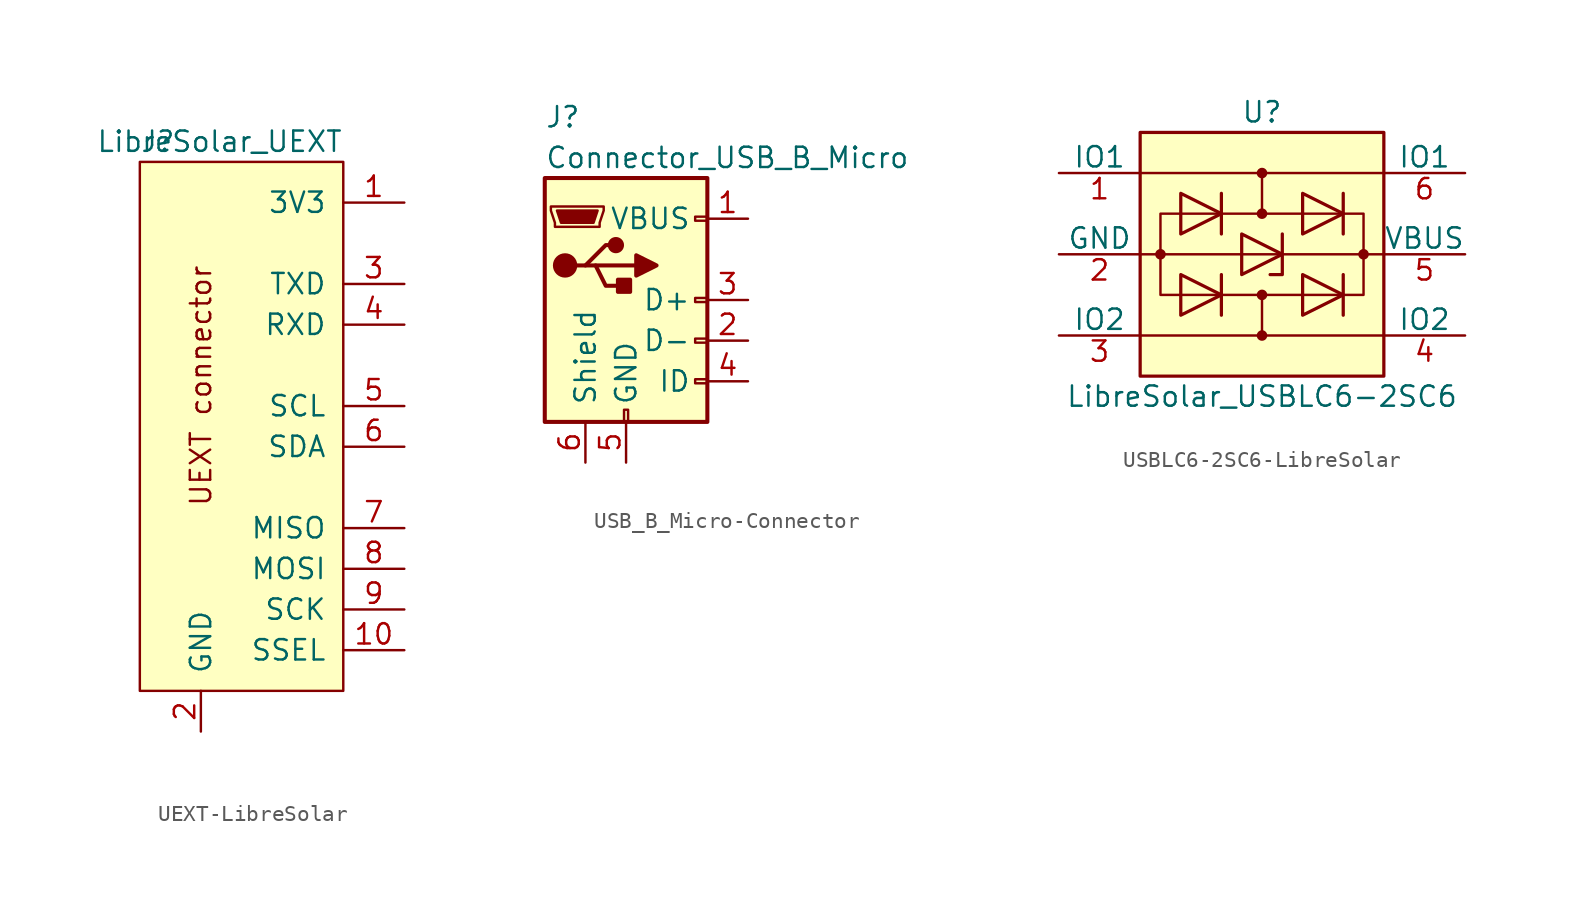
<source format=kicad_sym>
(kicad_symbol_lib
  (version 20241209)
  (generator "kicad_symbol_editor")
  (generator_version "9.0")
  (symbol "UEXT-LibreSolar"
    (pin_names
      (offset 1.016))
    (property "Reference" "J"
      (at -6.35 19.05 0)
      (effects (font (size 1.27 1.27)) (justify left)))
    (property "Value" "LibreSolar_UEXT"
      (at 6.35 19.05 0)
      (effects (font (size 1.27 1.27)) (justify right)))
    (property "Datasheet" ""
      (at 0 -2.54 0)
      (effects (font (size 1.524 1.524))))
    (symbol "UEXT-LibreSolar_0_0"
      (text "UEXT connector" (at -2.54 3.81 900) (effects (font (size 1.27 1.27))))
      (pin passive line (at 10.16 7.62 180) (length 3.81) (name "RXD" (effects (font (size 1.27 1.27)))) (number "4" (effects (font (size 1.27 1.27))))))
    (symbol "UEXT-LibreSolar_0_1"
      (rectangle (start -6.35 17.78) (end 6.35 -15.24) (stroke (width 0) (type solid)) (fill (type background))))
    (symbol "UEXT-LibreSolar_1_1"
      (pin passive line (at -2.54 -17.78 90) (length 2.54) (name "GND" (effects (font (size 1.27 1.27)))) (number "2" (effects (font (size 1.27 1.27)))))
      (pin passive line (at 10.16 15.24 180) (length 3.81) (name "3V3" (effects (font (size 1.27 1.27)))) (number "1" (effects (font (size 1.27 1.27)))))
      (pin passive line (at 10.16 10.16 180) (length 3.81) (name "TXD" (effects (font (size 1.27 1.27)))) (number "3" (effects (font (size 1.27 1.27)))))
      (pin passive line (at 10.16 2.54 180) (length 3.81) (name "SCL" (effects (font (size 1.27 1.27)))) (number "5" (effects (font (size 1.27 1.27)))))
      (pin passive line (at 10.16 0 180) (length 3.81) (name "SDA" (effects (font (size 1.27 1.27)))) (number "6" (effects (font (size 1.27 1.27)))))
      (pin passive line (at 10.16 -5.08 180) (length 3.81) (name "MISO" (effects (font (size 1.27 1.27)))) (number "7" (effects (font (size 1.27 1.27)))))
      (pin passive line (at 10.16 -7.62 180) (length 3.81) (name "MOSI" (effects (font (size 1.27 1.27)))) (number "8" (effects (font (size 1.27 1.27)))))
      (pin passive line (at 10.16 -10.16 180) (length 3.81) (name "SCK" (effects (font (size 1.27 1.27)))) (number "9" (effects (font (size 1.27 1.27)))))
      (pin passive line (at 10.16 -12.7 180) (length 3.81) (name "SSEL" (effects (font (size 1.27 1.27)))) (number "10" (effects (font (size 1.27 1.27)))))))
  (symbol "USB_B_Micro-Connector"
    (pin_names
      (offset 1.016))
    (property "Reference" "J"
      (at -5.08 11.43 0)
      (effects (font (size 1.27 1.27)) (justify left)))
    (property "Value" "Connector_USB_B_Micro"
      (at -5.08 8.89 0)
      (effects (font (size 1.27 1.27)) (justify left)))
    (symbol "USB_B_Micro-Connector_0_1"
      (rectangle (start -5.08 -7.62) (end 5.08 7.62) (stroke (width 0.254) (type solid)) (fill (type background)))
      (polyline (pts (xy -4.699 5.842) (xy -4.699 5.588) (xy -4.445 4.826) (xy -4.445 4.572) (xy -1.651 4.572) (xy -1.651 4.826) (xy -1.397 5.588) (xy -1.397 5.842) (xy -4.699 5.842)) (stroke (width 0) (type solid)) (fill (type none)))
      (polyline (pts (xy -4.318 5.588) (xy -1.778 5.588) (xy -2.032 4.826) (xy -4.064 4.826) (xy -4.318 5.588)) (stroke (width 0) (type solid)) (fill (type outline)))
      (circle (center -3.81 2.159) (radius 0.635) (stroke (width 0.254) (type solid)) (fill (type outline)))
      (polyline (pts (xy -3.175 2.159) (xy -2.54 2.159) (xy -1.27 3.429) (xy -0.635 3.429)) (stroke (width 0.254) (type solid)) (fill (type none)))
      (polyline (pts (xy -2.54 2.159) (xy -1.905 2.159) (xy -1.27 0.889) (xy 0 0.889)) (stroke (width 0.254) (type solid)) (fill (type none)))
      (polyline (pts (xy -1.905 2.159) (xy 0.635 2.159)) (stroke (width 0.254) (type solid)) (fill (type none)))
      (circle (center -0.635 3.429) (radius 0.381) (stroke (width 0.254) (type solid)) (fill (type outline)))
      (rectangle (start -0.127 -7.62) (end 0.127 -6.858) (stroke (width 0) (type solid)) (fill (type none)))
      (rectangle (start 0.254 1.27) (end -0.508 0.508) (stroke (width 0.254) (type solid)) (fill (type outline)))
      (polyline (pts (xy 0.635 2.794) (xy 0.635 1.524) (xy 1.905 2.159) (xy 0.635 2.794)) (stroke (width 0.254) (type solid)) (fill (type outline)))
      (rectangle (start 5.08 4.953) (end 4.318 5.207) (stroke (width 0) (type solid)) (fill (type none)))
      (rectangle (start 5.08 -0.127) (end 4.318 0.127) (stroke (width 0) (type solid)) (fill (type none)))
      (rectangle (start 5.08 -2.667) (end 4.318 -2.413) (stroke (width 0) (type solid)) (fill (type none)))
      (rectangle (start 5.08 -5.207) (end 4.318 -4.953) (stroke (width 0) (type solid)) (fill (type none))))
    (symbol "USB_B_Micro-Connector_1_1"
      (pin passive line (at -2.54 -10.16 90) (length 2.54) (name "Shield" (effects (font (size 1.27 1.27)))) (number "6" (effects (font (size 1.27 1.27)))))
      (pin power_out line (at 0 -10.16 90) (length 2.54) (name "GND" (effects (font (size 1.27 1.27)))) (number "5" (effects (font (size 1.27 1.27)))))
      (pin power_out line (at 7.62 5.08 180) (length 2.54) (name "VBUS" (effects (font (size 1.27 1.27)))) (number "1" (effects (font (size 1.27 1.27)))))
      (pin passive line (at 7.62 0 180) (length 2.54) (name "D+" (effects (font (size 1.27 1.27)))) (number "3" (effects (font (size 1.27 1.27)))))
      (pin passive line (at 7.62 -2.54 180) (length 2.54) (name "D-" (effects (font (size 1.27 1.27)))) (number "2" (effects (font (size 1.27 1.27)))))
      (pin passive line (at 7.62 -5.08 180) (length 2.54) (name "ID" (effects (font (size 1.27 1.27)))) (number "4" (effects (font (size 1.27 1.27)))))))
  (symbol "USBLC6-2SC6-LibreSolar"
    (pin_names
      (offset 0))
    (property "Reference" "U"
      (at 0 8.89 0)
      (effects (font (size 1.27 1.27))))
    (property "Value" "LibreSolar_USBLC6-2SC6"
      (at 0 -8.89 0)
      (effects (font (size 1.27 1.27))))
    (symbol "USBLC6-2SC6-LibreSolar_0_1"
      (rectangle (start -7.62 7.62) (end 7.62 -7.62) (stroke (width 0.203) (type solid)) (fill (type background)))
      (polyline (pts (xy -7.62 0) (xy -6.35 0)) (stroke (width 0) (type solid)) (fill (type none)))
      (circle (center -6.35 0) (radius 0.254) (stroke (width 0) (type solid)) (fill (type outline)))
      (polyline (pts (xy -6.35 0) (xy 1.27 0)) (stroke (width 0) (type solid)) (fill (type none)))
      (polyline (pts (xy -6.35 0) (xy -6.35 2.54) (xy -2.54 2.54)) (stroke (width 0) (type solid)) (fill (type none)))
      (polyline (pts (xy -5.08 3.81) (xy -5.08 1.27) (xy -2.54 2.54) (xy -5.08 3.81)) (stroke (width 0.203) (type solid)) (fill (type none)))
      (polyline (pts (xy -5.08 -3.81) (xy -5.08 -1.27) (xy -2.54 -2.54) (xy -5.08 -3.81)) (stroke (width 0.203) (type solid)) (fill (type none)))
      (polyline (pts (xy -2.54 2.54) (xy 5.08 2.54)) (stroke (width 0) (type solid)) (fill (type none)))
      (polyline (pts (xy -2.54 1.27) (xy -2.54 3.81)) (stroke (width 0.203) (type solid)) (fill (type none)))
      (polyline (pts (xy -2.54 -1.27) (xy -2.54 -3.81)) (stroke (width 0.203) (type solid)) (fill (type none)))
      (polyline (pts (xy -2.54 -2.54) (xy 5.08 -2.54)) (stroke (width 0) (type solid)) (fill (type none)))
      (polyline (pts (xy -2.54 -2.54) (xy -6.35 -2.54) (xy -6.35 0)) (stroke (width 0) (type solid)) (fill (type none)))
      (polyline (pts (xy -1.27 1.27) (xy -1.27 -1.27) (xy 1.27 0) (xy -1.27 1.27)) (stroke (width 0.203) (type solid)) (fill (type none)))
      (circle (center 0 5.08) (radius 0.254) (stroke (width 0) (type solid)) (fill (type outline)))
      (polyline (pts (xy 0 5.08) (xy -7.62 5.08)) (stroke (width 0) (type solid)) (fill (type none)))
      (circle (center 0 2.54) (radius 0.254) (stroke (width 0) (type solid)) (fill (type outline)))
      (polyline (pts (xy 0 2.54) (xy 0 5.08) (xy 7.62 5.08)) (stroke (width 0) (type solid)) (fill (type none)))
      (polyline (pts (xy 0 -2.54) (xy 0 -5.08) (xy 7.62 -5.08)) (stroke (width 0) (type solid)) (fill (type none)))
      (circle (center 0 -2.54) (radius 0.254) (stroke (width 0) (type solid)) (fill (type outline)))
      (polyline (pts (xy 0 -5.08) (xy -7.62 -5.08)) (stroke (width 0) (type solid)) (fill (type none)))
      (circle (center 0 -5.08) (radius 0.254) (stroke (width 0) (type solid)) (fill (type outline)))
      (polyline (pts (xy 0.508 -1.27) (xy 1.27 -1.27) (xy 1.27 0.762) (xy 1.27 1.27)) (stroke (width 0.203) (type solid)) (fill (type none)))
      (polyline (pts (xy 1.27 0) (xy 6.35 0)) (stroke (width 0) (type solid)) (fill (type none)))
      (polyline (pts (xy 2.54 3.81) (xy 2.54 1.27) (xy 5.08 2.54) (xy 2.54 3.81)) (stroke (width 0.203) (type solid)) (fill (type none)))
      (polyline (pts (xy 2.54 -3.81) (xy 2.54 -1.27) (xy 5.08 -2.54) (xy 2.54 -3.81)) (stroke (width 0.203) (type solid)) (fill (type none)))
      (polyline (pts (xy 5.08 2.54) (xy 6.35 2.54) (xy 6.35 -2.54) (xy 5.08 -2.54)) (stroke (width 0) (type solid)) (fill (type none)))
      (polyline (pts (xy 5.08 1.27) (xy 5.08 3.81)) (stroke (width 0.203) (type solid)) (fill (type none)))
      (polyline (pts (xy 5.08 -1.27) (xy 5.08 -3.81)) (stroke (width 0.203) (type solid)) (fill (type none)))
      (polyline (pts (xy 6.35 0) (xy 7.62 0)) (stroke (width 0) (type solid)) (fill (type none)))
      (circle (center 6.35 0) (radius 0.254) (stroke (width 0) (type solid)) (fill (type outline))))
    (symbol "USBLC6-2SC6-LibreSolar_1_1"
      (pin passive line (at -12.7 5.08 0) (length 5.08) (name "IO1" (effects (font (size 1.27 1.27)))) (number "1" (effects (font (size 1.27 1.27)))))
      (pin power_in line (at -12.7 0 0) (length 5.08) (name "GND" (effects (font (size 1.27 1.27)))) (number "2" (effects (font (size 1.27 1.27)))))
      (pin passive line (at -12.7 -5.08 0) (length 5.08) (name "IO2" (effects (font (size 1.27 1.27)))) (number "3" (effects (font (size 1.27 1.27)))))
      (pin passive line (at 12.7 5.08 180) (length 5.08) (name "IO1" (effects (font (size 1.27 1.27)))) (number "6" (effects (font (size 1.27 1.27)))))
      (pin passive line (at 12.7 0 180) (length 5.08) (name "VBUS" (effects (font (size 1.27 1.27)))) (number "5" (effects (font (size 1.27 1.27)))))
      (pin passive line (at 12.7 -5.08 180) (length 5.08) (name "IO2" (effects (font (size 1.27 1.27)))) (number "4" (effects (font (size 1.27 1.27))))))))
</source>
